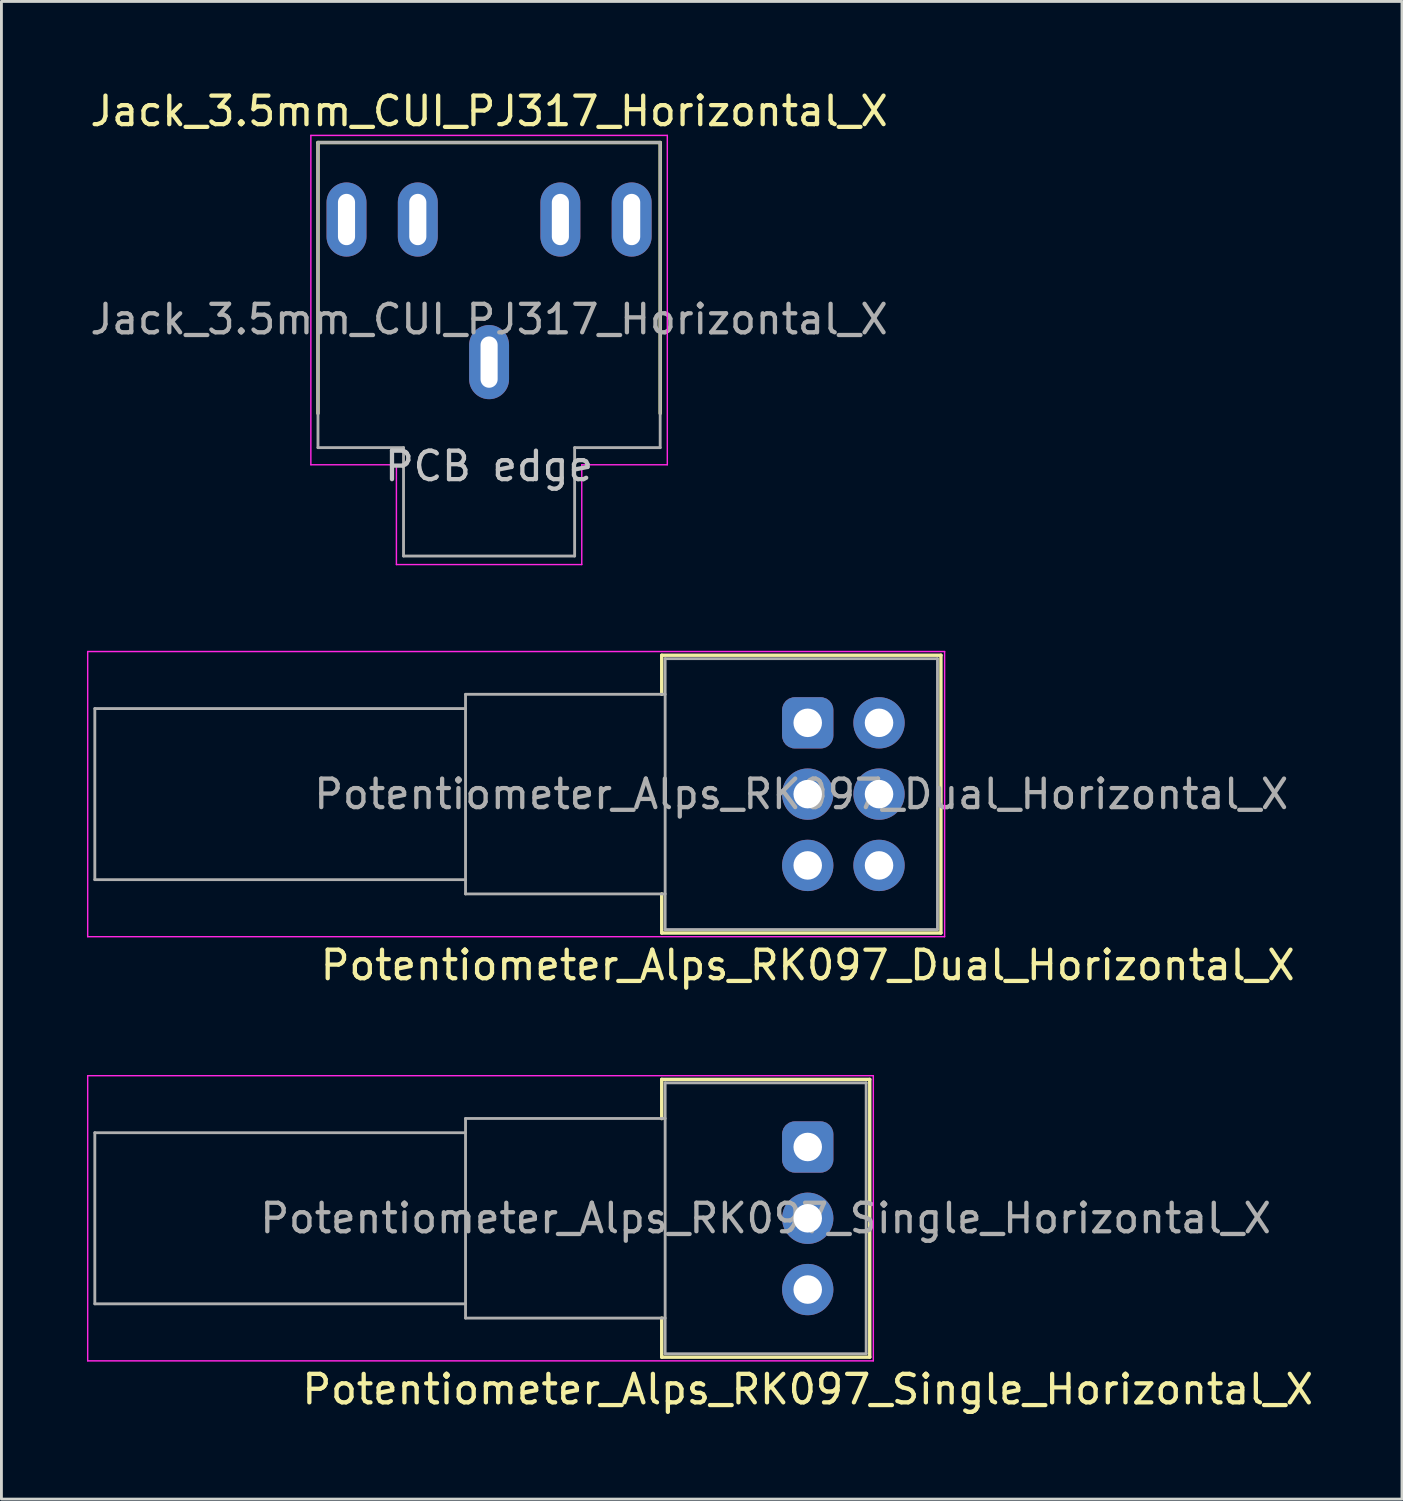
<source format=kicad_pcb>
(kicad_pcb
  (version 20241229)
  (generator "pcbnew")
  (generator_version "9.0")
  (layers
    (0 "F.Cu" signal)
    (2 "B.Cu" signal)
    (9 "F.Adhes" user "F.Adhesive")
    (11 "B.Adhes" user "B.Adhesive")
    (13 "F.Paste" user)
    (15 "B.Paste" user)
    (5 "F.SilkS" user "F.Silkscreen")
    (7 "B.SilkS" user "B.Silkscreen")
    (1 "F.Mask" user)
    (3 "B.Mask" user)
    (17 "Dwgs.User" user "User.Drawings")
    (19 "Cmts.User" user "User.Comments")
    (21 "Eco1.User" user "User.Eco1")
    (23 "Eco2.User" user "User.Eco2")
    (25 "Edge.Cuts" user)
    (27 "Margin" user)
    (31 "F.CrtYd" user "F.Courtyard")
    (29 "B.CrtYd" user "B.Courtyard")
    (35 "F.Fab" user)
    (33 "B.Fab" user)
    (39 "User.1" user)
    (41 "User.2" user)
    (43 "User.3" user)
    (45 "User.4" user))
  (footprint "Jack_3.5mm_CUI_PJ317_Horizontal_X"
    (layer "F.Cu")
    (at 14.101 9.648)
    (property "Reference" "Jack_3.5mm_CUI_PJ317_Horizontal_X" (at 0 -8.8 0) (layer "F.SilkS") (effects (font (size 1 1) (thickness 0.15))))
    (attr through_hole exclude_from_pos_files exclude_from_bom)
    (fp_line (start -6 -7.7) (end 6 -7.7) (stroke (width 0.12) (type solid)) (layer "F.SilkS"))
    (fp_line (start -6 1.8) (end -6 -7.7) (stroke (width 0.12) (type solid)) (layer "F.SilkS"))
    (fp_line (start 6 -7.7) (end 6 1.8) (stroke (width 0.12) (type solid)) (layer "F.SilkS"))
    (fp_line (start -6.25 -7.95) (end -6.25 3.6) (stroke (width 0.05) (type solid)) (layer "F.CrtYd"))
    (fp_line (start -6.25 3.6) (end -3.25 3.6) (stroke (width 0.05) (type solid)) (layer "F.CrtYd"))
    (fp_line (start -3.25 3.6) (end -3.25 7.1) (stroke (width 0.05) (type solid)) (layer "F.CrtYd"))
    (fp_line (start -3.25 7.1) (end 3.25 7.1) (stroke (width 0.05) (type solid)) (layer "F.CrtYd"))
    (fp_line (start 3.25 3.6) (end 6.25 3.6) (stroke (width 0.05) (type solid)) (layer "F.CrtYd"))
    (fp_line (start 3.25 7.1) (end 3.25 3.6) (stroke (width 0.05) (type solid)) (layer "F.CrtYd"))
    (fp_line (start 6.25 -7.95) (end -6.25 -7.95) (stroke (width 0.05) (type solid)) (layer "F.CrtYd"))
    (fp_line (start 6.25 3.6) (end 6.25 -7.95) (stroke (width 0.05) (type solid)) (layer "F.CrtYd"))
    (fp_line (start -6 -7.7) (end 6 -7.7) (stroke (width 0.1) (type solid)) (layer "F.Fab"))
    (fp_line (start -6 3) (end -6 -7.7) (stroke (width 0.1) (type solid)) (layer "F.Fab"))
    (fp_line (start -3 3) (end -6 3) (stroke (width 0.1) (type solid)) (layer "F.Fab"))
    (fp_line (start -3 3) (end -3 6.8) (stroke (width 0.1) (type solid)) (layer "F.Fab"))
    (fp_line (start -3 6.8) (end 3 6.8) (stroke (width 0.1) (type solid)) (layer "F.Fab"))
    (fp_line (start 3 3) (end 3 6.8) (stroke (width 0.1) (type solid)) (layer "F.Fab"))
    (fp_line (start 3 3) (end 6 3) (stroke (width 0.1) (type solid)) (layer "F.Fab"))
    (fp_line (start 6 3) (end 6 -7.7) (stroke (width 0.1) (type solid)) (layer "F.Fab"))
    (fp_text user "PCB edge" (at 0 3.65 0) (unlocked yes) (layer "Dwgs.User") (effects (font (size 1 1) (thickness 0.15))))
    (fp_text user "${REFERENCE}" (at 0 -1.5 0) (layer "F.Fab") (effects (font (size 1 1) (thickness 0.15))))
    (pad "G" thru_hole oval (at 0 0 90) (size 2.6 1.4) (drill oval 1.8 0.6) (layers "*.Cu" "*.Mask"))
    (pad "L" thru_hole oval (at 5 -5 180) (size 1.4 2.6) (drill oval 0.6 1.8) (layers "*.Cu" "*.Mask"))
    (pad "LN" thru_hole oval (at 2.5 -5 180) (size 1.4 2.6) (drill oval 0.6 1.8) (layers "*.Cu" "*.Mask"))
    (pad "R" thru_hole oval (at -5 -5) (size 1.4 2.6) (drill oval 0.6 1.8) (layers "*.Cu" "*.Mask"))
    (pad "RN" thru_hole oval (at -2.5 -5) (size 1.4 2.6) (drill oval 0.6 1.8) (layers "*.Cu" "*.Mask")))
  (footprint "Potentiometer_Alps_RK097_Dual_Horizontal_X"
    (layer "F.Cu")
    (at 25.275 22.298)
    (property "Reference" "Potentiometer_Alps_RK097_Dual_Horizontal_X" (at 0 8.5 180) (layer "F.SilkS") (effects (font (size 1 1) (thickness 0.15))))
    (attr through_hole)
    (fp_line (start -5.12 -2.37) (end -5.12 -1) (stroke (width 0.12) (type solid)) (layer "F.SilkS"))
    (fp_line (start -5.12 7.37) (end -5.12 6) (stroke (width 0.12) (type solid)) (layer "F.SilkS"))
    (fp_line (start 4.671 -2.37) (end -5.12 -2.37) (stroke (width 0.12) (type solid)) (layer "F.SilkS"))
    (fp_line (start 4.671 7.37) (end -5.12 7.37) (stroke (width 0.12) (type solid)) (layer "F.SilkS"))
    (fp_line (start 4.671 7.37) (end 4.671 -2.37) (stroke (width 0.12) (type solid)) (layer "F.SilkS"))
    (fp_line (start -25.25 -2.5) (end -25.25 7.5) (stroke (width 0.05) (type solid)) (layer "F.CrtYd"))
    (fp_line (start -25.25 7.5) (end 4.8 7.5) (stroke (width 0.05) (type solid)) (layer "F.CrtYd"))
    (fp_line (start 4.8 -2.5) (end -25.25 -2.5) (stroke (width 0.05) (type solid)) (layer "F.CrtYd"))
    (fp_line (start 4.8 7.5) (end 4.8 -2.5) (stroke (width 0.05) (type solid)) (layer "F.CrtYd"))
    (fp_line (start -25 -0.5) (end -25 5.5) (stroke (width 0.1) (type solid)) (layer "F.Fab"))
    (fp_line (start -25 5.5) (end -12 5.5) (stroke (width 0.1) (type solid)) (layer "F.Fab"))
    (fp_line (start -12 -1) (end -12 6) (stroke (width 0.1) (type solid)) (layer "F.Fab"))
    (fp_line (start -12 -0.5) (end -25 -0.5) (stroke (width 0.1) (type solid)) (layer "F.Fab"))
    (fp_line (start -12 6) (end -5 6) (stroke (width 0.1) (type solid)) (layer "F.Fab"))
    (fp_line (start -5 -2.25) (end -5 7.25) (stroke (width 0.1) (type solid)) (layer "F.Fab"))
    (fp_line (start -5 -1) (end -12 -1) (stroke (width 0.1) (type solid)) (layer "F.Fab"))
    (fp_line (start -5 7.25) (end 4.55 7.25) (stroke (width 0.1) (type solid)) (layer "F.Fab"))
    (fp_line (start 4.55 -2.25) (end -5 -2.25) (stroke (width 0.1) (type solid)) (layer "F.Fab"))
    (fp_line (start 4.55 7.25) (end 4.55 -2.25) (stroke (width 0.1) (type solid)) (layer "F.Fab"))
    (fp_text user "${REFERENCE}" (at -0.225 2.5 180) (layer "F.Fab") (effects (font (size 1 1) (thickness 0.15))))
    (pad "1" thru_hole roundrect (at 0 0 180) (size 1.8 1.8) (drill 1) (layers "*.Cu" "*.Mask") (roundrect_rratio 0.25))
    (pad "2" thru_hole circle (at 0 2.5 180) (size 1.8 1.8) (drill 1) (layers "*.Cu" "*.Mask"))
    (pad "3" thru_hole circle (at 0 5 180) (size 1.8 1.8) (drill 1) (layers "*.Cu" "*.Mask"))
    (pad "4" thru_hole circle (at 2.5 0 180) (size 1.8 1.8) (drill 1) (layers "*.Cu" "*.Mask"))
    (pad "5" thru_hole circle (at 2.5 2.5 180) (size 1.8 1.8) (drill 1) (layers "*.Cu" "*.Mask"))
    (pad "6" thru_hole circle (at 2.5 5 180) (size 1.8 1.8) (drill 1) (layers "*.Cu" "*.Mask")))
  (footprint "Potentiometer_Alps_RK097_Single_Horizontal_X"
    (layer "F.Cu")
    (at 25.275 37.172)
    (property "Reference" "Potentiometer_Alps_RK097_Single_Horizontal_X" (at 0 8.5 180) (layer "F.SilkS") (effects (font (size 1 1) (thickness 0.15))))
    (attr through_hole)
    (fp_line (start -5.12 -2.37) (end -5.12 -0.994) (stroke (width 0.12) (type solid)) (layer "F.SilkS"))
    (fp_line (start -5.12 7.37) (end -5.12 6) (stroke (width 0.12) (type solid)) (layer "F.SilkS"))
    (fp_line (start 2.175 -2.37) (end -5.12 -2.37) (stroke (width 0.12) (type solid)) (layer "F.SilkS"))
    (fp_line (start 2.175 7.37) (end -5.12 7.37) (stroke (width 0.12) (type solid)) (layer "F.SilkS"))
    (fp_line (start 2.175 7.37) (end 2.175 -2.37) (stroke (width 0.12) (type solid)) (layer "F.SilkS"))
    (fp_line (start -25.25 -2.5) (end -25.25 7.5) (stroke (width 0.05) (type solid)) (layer "F.CrtYd"))
    (fp_line (start -25.25 7.5) (end 2.3 7.5) (stroke (width 0.05) (type solid)) (layer "F.CrtYd"))
    (fp_line (start 2.3 -2.5) (end -25.25 -2.5) (stroke (width 0.05) (type solid)) (layer "F.CrtYd"))
    (fp_line (start 2.3 7.5) (end 2.3 -2.5) (stroke (width 0.05) (type solid)) (layer "F.CrtYd"))
    (fp_line (start -25 -0.5) (end -25 5.5) (stroke (width 0.1) (type solid)) (layer "F.Fab"))
    (fp_line (start -25 5.5) (end -12 5.5) (stroke (width 0.1) (type solid)) (layer "F.Fab"))
    (fp_line (start -12 -1) (end -12 6) (stroke (width 0.1) (type solid)) (layer "F.Fab"))
    (fp_line (start -12 -0.5) (end -25 -0.5) (stroke (width 0.1) (type solid)) (layer "F.Fab"))
    (fp_line (start -12 6) (end -5 6) (stroke (width 0.1) (type solid)) (layer "F.Fab"))
    (fp_line (start -5 -2.25) (end -5 7.25) (stroke (width 0.1) (type solid)) (layer "F.Fab"))
    (fp_line (start -5 -1) (end -12 -1) (stroke (width 0.1) (type solid)) (layer "F.Fab"))
    (fp_line (start -5 7.25) (end 2.05 7.25) (stroke (width 0.1) (type solid)) (layer "F.Fab"))
    (fp_line (start 2.05 -2.25) (end -5 -2.25) (stroke (width 0.1) (type solid)) (layer "F.Fab"))
    (fp_line (start 2.05 7.25) (end 2.05 -2.25) (stroke (width 0.1) (type solid)) (layer "F.Fab"))
    (fp_text user "${REFERENCE}" (at -1.475 2.5 180) (layer "F.Fab") (effects (font (size 1 1) (thickness 0.15))))
    (pad "1" thru_hole roundrect (at 0 0 180) (size 1.8 1.8) (drill 1) (layers "*.Cu" "*.Mask") (roundrect_rratio 0.25))
    (pad "2" thru_hole circle (at 0 2.5 180) (size 1.8 1.8) (drill 1) (layers "*.Cu" "*.Mask"))
    (pad "3" thru_hole circle (at 0 5 180) (size 1.8 1.8) (drill 1) (layers "*.Cu" "*.Mask")))
  (gr_rect
    (start -3 -3)
    (end 46.114 49.52)
    (stroke (width 0.1) (type default))
    (fill no)
    (layer "Edge.Cuts")))
</source>
